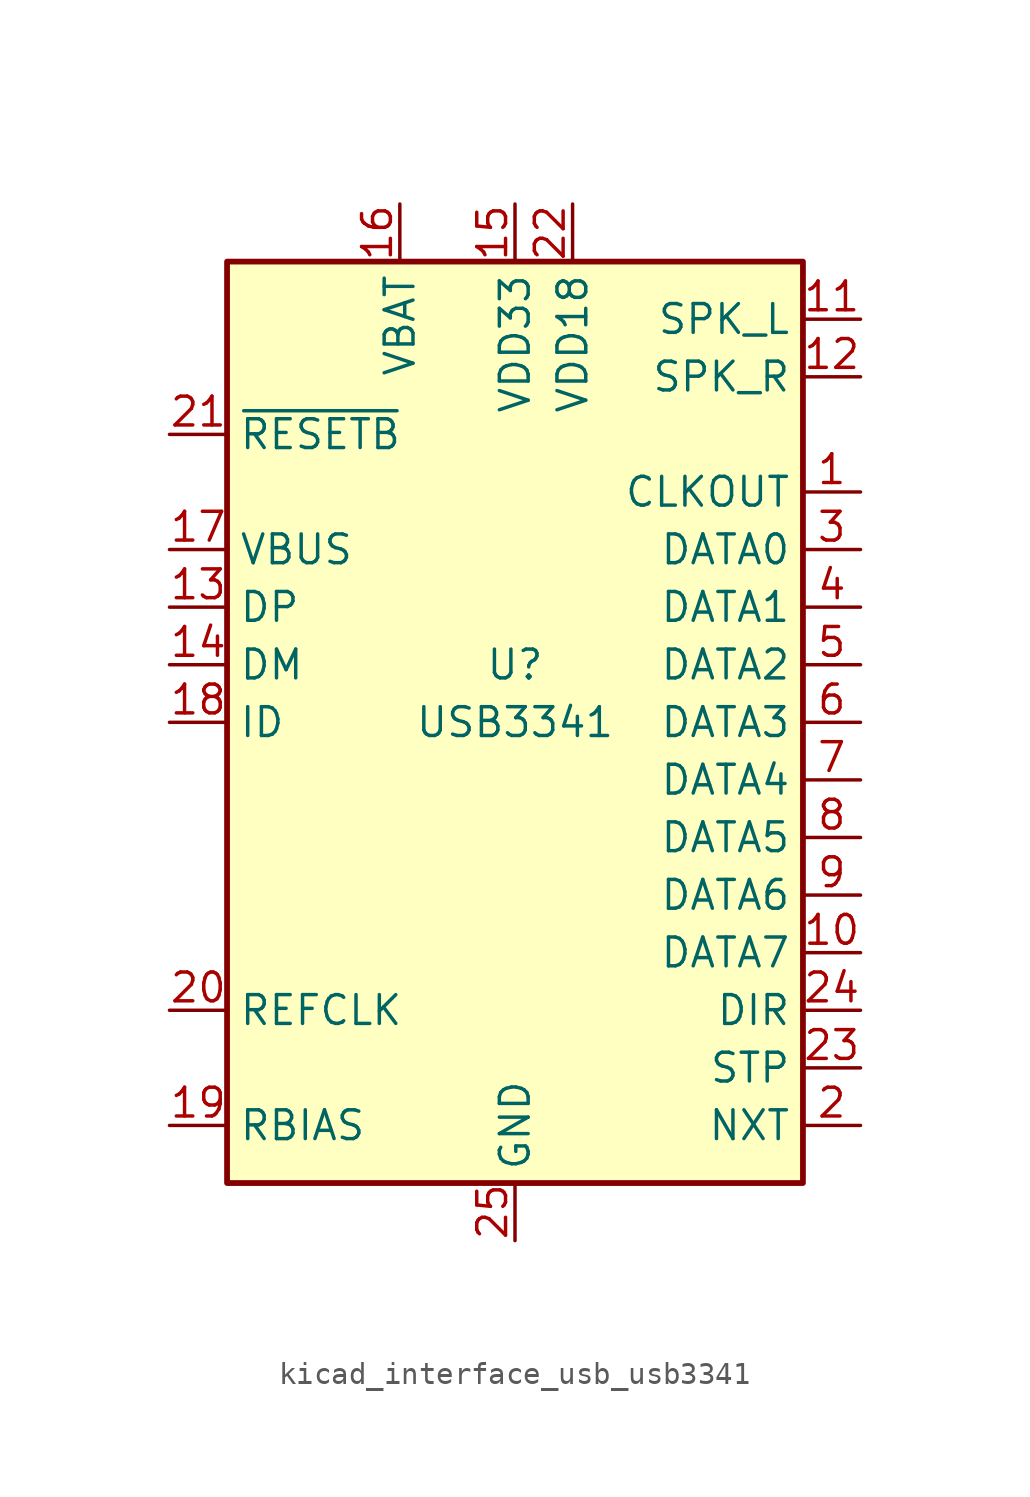
<source format=kicad_sym>
(kicad_symbol_lib
  (version 20220914)
  (generator kicad_symbol_editor)
  (symbol "kicad_interface_usb_usb3341"
    (property "Reference" "U"
      (at 0 2.54 0)
      (effects (font (size 1.27 1.27))))
    (property "Value" "USB3341"
      (at 0 0 0)
      (effects (font (size 1.27 1.27))))
    (symbol "kicad_interface_usb_usb3341_0_1"
      (rectangle (start -12.7 20.32) (end 12.7 -20.32) (stroke (width 0.254) (type default)) (fill (type background))))
    (symbol "kicad_interface_usb_usb3341_1_1"
      (pin output line (at 15.24 10.16 180) (length 2.54) (name "CLKOUT" (effects (font (size 1.27 1.27)))) (number "1" (effects (font (size 1.27 1.27)))))
      (pin bidirectional line (at 15.24 -10.16 180) (length 2.54) (name "DATA7" (effects (font (size 1.27 1.27)))) (number "10" (effects (font (size 1.27 1.27)))))
      (pin bidirectional line (at 15.24 17.78 180) (length 2.54) (name "SPK_L" (effects (font (size 1.27 1.27)))) (number "11" (effects (font (size 1.27 1.27)))))
      (pin bidirectional line (at 15.24 15.24 180) (length 2.54) (name "SPK_R" (effects (font (size 1.27 1.27)))) (number "12" (effects (font (size 1.27 1.27)))))
      (pin bidirectional line (at -15.24 5.08 0) (length 2.54) (name "DP" (effects (font (size 1.27 1.27)))) (number "13" (effects (font (size 1.27 1.27)))))
      (pin bidirectional line (at -15.24 2.54 0) (length 2.54) (name "DM" (effects (font (size 1.27 1.27)))) (number "14" (effects (font (size 1.27 1.27)))))
      (pin power_out line (at 0 22.86 270) (length 2.54) (name "VDD33" (effects (font (size 1.27 1.27)))) (number "15" (effects (font (size 1.27 1.27)))))
      (pin power_in line (at -5.08 22.86 270) (length 2.54) (name "VBAT" (effects (font (size 1.27 1.27)))) (number "16" (effects (font (size 1.27 1.27)))))
      (pin input line (at -15.24 7.62 0) (length 2.54) (name "VBUS" (effects (font (size 1.27 1.27)))) (number "17" (effects (font (size 1.27 1.27)))))
      (pin input line (at -15.24 0 0) (length 2.54) (name "ID" (effects (font (size 1.27 1.27)))) (number "18" (effects (font (size 1.27 1.27)))))
      (pin passive line (at -15.24 -17.78 0) (length 2.54) (name "RBIAS" (effects (font (size 1.27 1.27)))) (number "19" (effects (font (size 1.27 1.27)))))
      (pin output line (at 15.24 -17.78 180) (length 2.54) (name "NXT" (effects (font (size 1.27 1.27)))) (number "2" (effects (font (size 1.27 1.27)))))
      (pin input line (at -15.24 -12.7 0) (length 2.54) (name "REFCLK" (effects (font (size 1.27 1.27)))) (number "20" (effects (font (size 1.27 1.27)))))
      (pin input line (at -15.24 12.7 0) (length 2.54) (name "~{RESETB}" (effects (font (size 1.27 1.27)))) (number "21" (effects (font (size 1.27 1.27)))))
      (pin power_out line (at 2.54 22.86 270) (length 2.54) (name "VDD18" (effects (font (size 1.27 1.27)))) (number "22" (effects (font (size 1.27 1.27)))))
      (pin input line (at 15.24 -15.24 180) (length 2.54) (name "STP" (effects (font (size 1.27 1.27)))) (number "23" (effects (font (size 1.27 1.27)))))
      (pin output line (at 15.24 -12.7 180) (length 2.54) (name "DIR" (effects (font (size 1.27 1.27)))) (number "24" (effects (font (size 1.27 1.27)))))
      (pin power_in line (at 0 -22.86 90) (length 2.54) (name "GND" (effects (font (size 1.27 1.27)))) (number "25" (effects (font (size 1.27 1.27)))))
      (pin bidirectional line (at 15.24 7.62 180) (length 2.54) (name "DATA0" (effects (font (size 1.27 1.27)))) (number "3" (effects (font (size 1.27 1.27)))))
      (pin bidirectional line (at 15.24 5.08 180) (length 2.54) (name "DATA1" (effects (font (size 1.27 1.27)))) (number "4" (effects (font (size 1.27 1.27)))))
      (pin bidirectional line (at 15.24 2.54 180) (length 2.54) (name "DATA2" (effects (font (size 1.27 1.27)))) (number "5" (effects (font (size 1.27 1.27)))))
      (pin bidirectional line (at 15.24 0 180) (length 2.54) (name "DATA3" (effects (font (size 1.27 1.27)))) (number "6" (effects (font (size 1.27 1.27)))))
      (pin bidirectional line (at 15.24 -2.54 180) (length 2.54) (name "DATA4" (effects (font (size 1.27 1.27)))) (number "7" (effects (font (size 1.27 1.27)))))
      (pin bidirectional line (at 15.24 -5.08 180) (length 2.54) (name "DATA5" (effects (font (size 1.27 1.27)))) (number "8" (effects (font (size 1.27 1.27)))))
      (pin bidirectional line (at 15.24 -7.62 180) (length 2.54) (name "DATA6" (effects (font (size 1.27 1.27)))) (number "9" (effects (font (size 1.27 1.27))))))))
</source>
